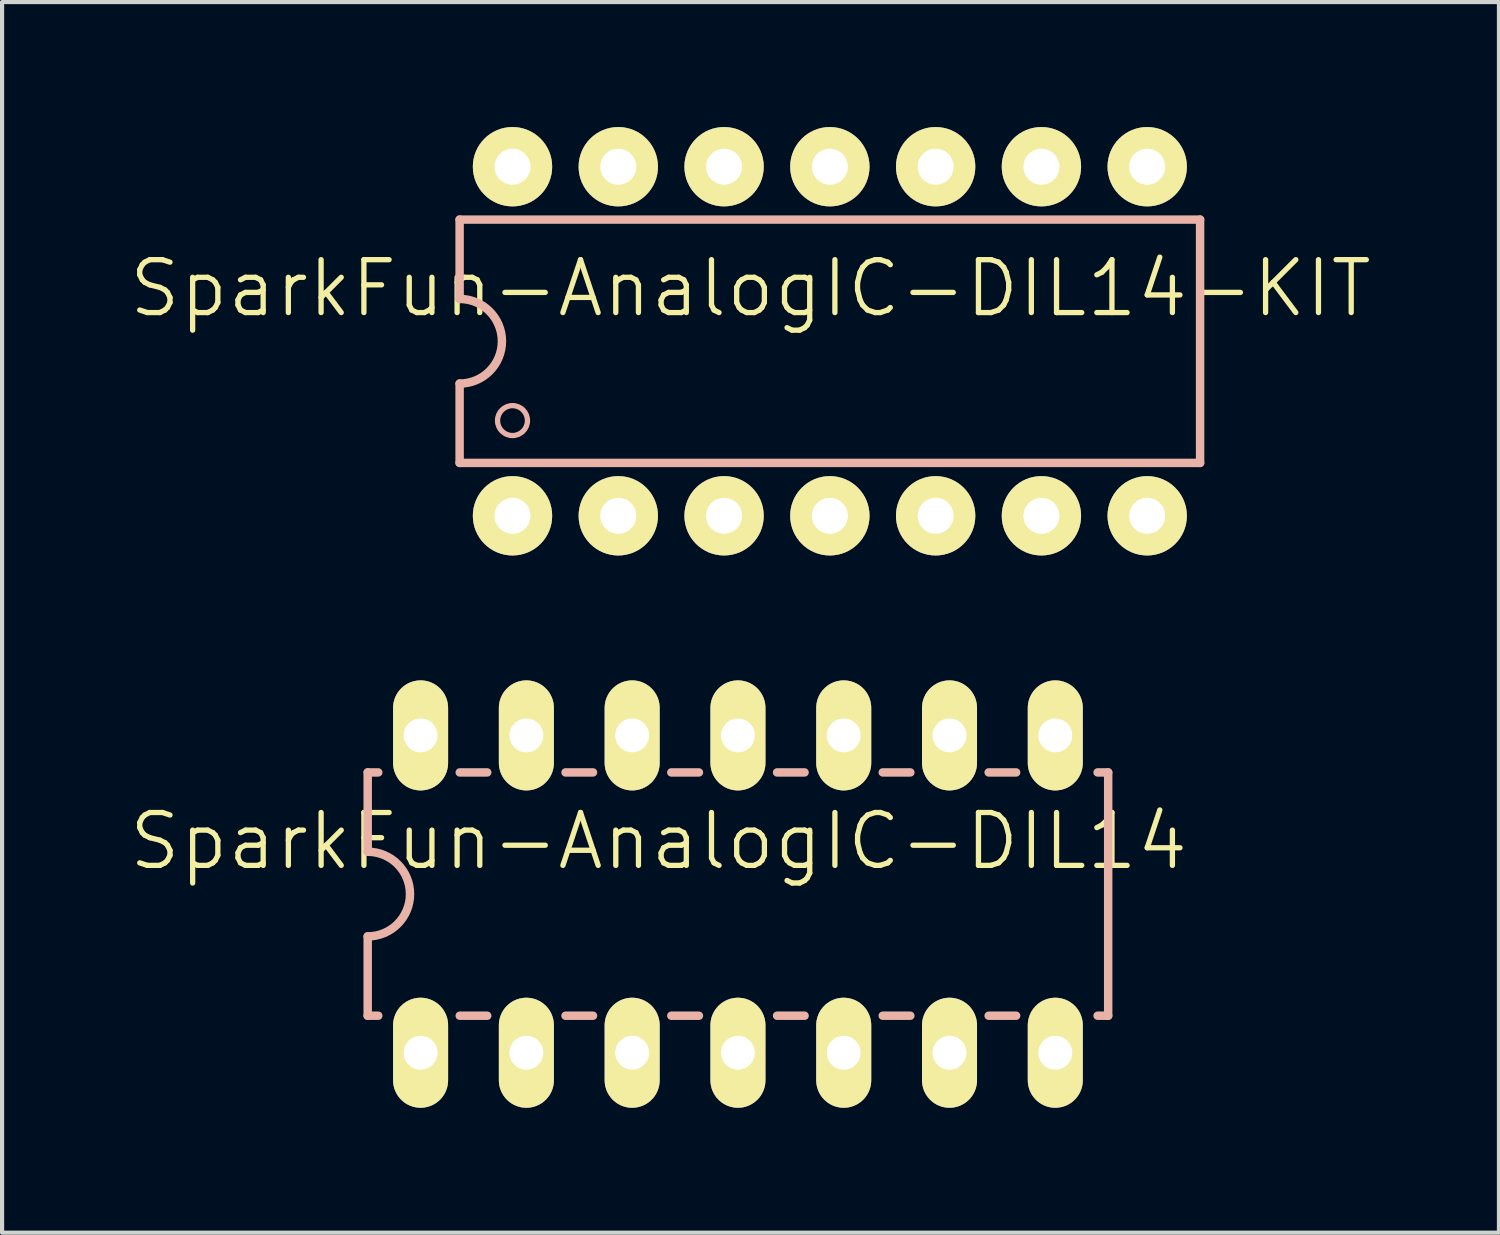
<source format=kicad_pcb>
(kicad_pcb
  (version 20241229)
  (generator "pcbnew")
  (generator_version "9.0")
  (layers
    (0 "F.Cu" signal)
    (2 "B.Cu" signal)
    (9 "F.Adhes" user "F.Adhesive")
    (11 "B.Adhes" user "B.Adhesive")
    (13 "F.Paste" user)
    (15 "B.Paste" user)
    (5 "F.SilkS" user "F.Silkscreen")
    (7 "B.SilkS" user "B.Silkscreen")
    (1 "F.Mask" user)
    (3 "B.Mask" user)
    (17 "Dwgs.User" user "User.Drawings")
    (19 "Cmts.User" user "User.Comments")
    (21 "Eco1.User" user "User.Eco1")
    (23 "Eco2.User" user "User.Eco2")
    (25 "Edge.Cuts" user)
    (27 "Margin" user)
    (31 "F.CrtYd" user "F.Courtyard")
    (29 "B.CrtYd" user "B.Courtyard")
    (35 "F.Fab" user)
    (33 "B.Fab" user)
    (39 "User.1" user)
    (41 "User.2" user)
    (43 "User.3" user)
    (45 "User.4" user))
  (footprint "SparkFun-AnalogIC-DIL14"
    (layer "F.Cu")
    (at 15.939 18.418)
    (property "Reference" "SparkFun-AnalogIC-DIL14" (at -3.175 -1.27 0) (layer "F.SilkS") (effects (font (size 1.27 1.27) (thickness 0.127))))
    (attr exclude_from_pos_files exclude_from_bom)
    (fp_line (start -10.16 -2.921) (end -10.16 -1.016) (stroke (width 0.203) (type solid)) (layer "B.SilkS"))
    (fp_line (start -10.16 -2.921) (end -9.906 -2.921) (stroke (width 0.203) (type solid)) (layer "B.SilkS"))
    (fp_line (start -10.16 2.921) (end -10.16 1.016) (stroke (width 0.203) (type solid)) (layer "B.SilkS"))
    (fp_line (start -10.16 2.921) (end -9.906 2.921) (stroke (width 0.203) (type solid)) (layer "B.SilkS"))
    (fp_line (start -7.95 -2.921) (end -7.29 -2.921) (stroke (width 0.203) (type solid)) (layer "B.SilkS"))
    (fp_line (start -7.95 2.921) (end -7.29 2.921) (stroke (width 0.203) (type solid)) (layer "B.SilkS"))
    (fp_line (start -5.41 -2.921) (end -4.75 -2.921) (stroke (width 0.203) (type solid)) (layer "B.SilkS"))
    (fp_line (start -5.41 2.921) (end -4.75 2.921) (stroke (width 0.203) (type solid)) (layer "B.SilkS"))
    (fp_line (start -2.87 -2.921) (end -2.207 -2.921) (stroke (width 0.203) (type solid)) (layer "B.SilkS"))
    (fp_line (start -2.87 2.921) (end -2.207 2.921) (stroke (width 0.203) (type solid)) (layer "B.SilkS"))
    (fp_line (start -0.33 -2.921) (end 0.33 -2.921) (stroke (width 0.203) (type solid)) (layer "B.SilkS"))
    (fp_line (start -0.33 2.921) (end 0.33 2.921) (stroke (width 0.203) (type solid)) (layer "B.SilkS"))
    (fp_line (start 2.207 -2.921) (end 2.87 -2.921) (stroke (width 0.203) (type solid)) (layer "B.SilkS"))
    (fp_line (start 2.207 2.921) (end 2.87 2.921) (stroke (width 0.203) (type solid)) (layer "B.SilkS"))
    (fp_line (start 4.75 -2.921) (end 5.41 -2.921) (stroke (width 0.203) (type solid)) (layer "B.SilkS"))
    (fp_line (start 4.75 2.921) (end 5.41 2.921) (stroke (width 0.203) (type solid)) (layer "B.SilkS"))
    (fp_line (start 7.62 -2.921) (end 7.366 -2.921) (stroke (width 0.203) (type solid)) (layer "B.SilkS"))
    (fp_line (start 7.62 -2.921) (end 7.62 2.921) (stroke (width 0.203) (type solid)) (layer "B.SilkS"))
    (fp_line (start 7.62 2.921) (end 7.366 2.921) (stroke (width 0.203) (type solid)) (layer "B.SilkS"))
    (fp_arc (start -10.16 -1.016) (mid -9.144 0) (end -10.16 1.016) (stroke (width 0.2032) (type solid)) (layer "B.SilkS"))
    (pad "1" thru_hole oval (at -8.89 3.81 180) (size 1.321 2.642) (drill 0.813) (layers "*.Cu" "F.Mask" "F.SilkS" "F.Paste"))
    (pad "2" thru_hole oval (at -6.35 3.81 180) (size 1.321 2.642) (drill 0.813) (layers "*.Cu" "F.Mask" "F.SilkS" "F.Paste"))
    (pad "3" thru_hole oval (at -3.81 3.81 180) (size 1.321 2.642) (drill 0.813) (layers "*.Cu" "F.Mask" "F.SilkS" "F.Paste"))
    (pad "4" thru_hole oval (at -1.27 3.81 180) (size 1.321 2.642) (drill 0.813) (layers "*.Cu" "F.Mask" "F.SilkS" "F.Paste"))
    (pad "5" thru_hole oval (at 1.27 3.81 180) (size 1.321 2.642) (drill 0.813) (layers "*.Cu" "F.Mask" "F.SilkS" "F.Paste"))
    (pad "6" thru_hole oval (at 3.81 3.81 180) (size 1.321 2.642) (drill 0.813) (layers "*.Cu" "F.Mask" "F.SilkS" "F.Paste"))
    (pad "7" thru_hole oval (at 6.35 3.81 180) (size 1.321 2.642) (drill 0.813) (layers "*.Cu" "F.Mask" "F.SilkS" "F.Paste"))
    (pad "8" thru_hole oval (at 6.35 -3.81 180) (size 1.321 2.642) (drill 0.813) (layers "*.Cu" "F.Mask" "F.SilkS" "F.Paste"))
    (pad "9" thru_hole oval (at 3.81 -3.81 180) (size 1.321 2.642) (drill 0.813) (layers "*.Cu" "F.Mask" "F.SilkS" "F.Paste"))
    (pad "10" thru_hole oval (at 1.27 -3.81 180) (size 1.321 2.642) (drill 0.813) (layers "*.Cu" "F.Mask" "F.SilkS" "F.Paste"))
    (pad "11" thru_hole oval (at -1.27 -3.81 180) (size 1.321 2.642) (drill 0.813) (layers "*.Cu" "F.Mask" "F.SilkS" "F.Paste"))
    (pad "12" thru_hole oval (at -3.81 -3.81 180) (size 1.321 2.642) (drill 0.813) (layers "*.Cu" "F.Mask" "F.SilkS" "F.Paste"))
    (pad "13" thru_hole oval (at -6.35 -3.81 180) (size 1.321 2.642) (drill 0.813) (layers "*.Cu" "F.Mask" "F.SilkS" "F.Paste"))
    (pad "14" thru_hole oval (at -8.89 -3.81 180) (size 1.321 2.642) (drill 0.813) (layers "*.Cu" "F.Mask" "F.SilkS" "F.Paste")))
  (footprint "SparkFun-AnalogIC-DIL14-KIT"
    (layer "F.Cu")
    (at 18.146 5.144)
    (property "Reference" "SparkFun-AnalogIC-DIL14-KIT" (at -3.175 -1.27 0) (layer "F.SilkS") (effects (font (size 1.27 1.27) (thickness 0.127))))
    (attr exclude_from_pos_files exclude_from_bom)
    (fp_circle (center -8.89 -4.191) (end -9.423 -4.724) (stroke (width 0) (type solid)) (fill yes) (layer "F.SilkS"))
    (fp_circle (center -8.89 -4.191) (end -9.106 -4.407) (stroke (width 0) (type solid)) (fill yes) (layer "F.SilkS"))
    (fp_circle (center -8.89 4.191) (end -9.423 4.724) (stroke (width 0) (type solid)) (fill yes) (layer "F.SilkS"))
    (fp_circle (center -8.89 4.191) (end -9.106 4.407) (stroke (width 0) (type solid)) (fill yes) (layer "F.SilkS"))
    (fp_circle (center -6.35 -4.191) (end -6.883 -4.724) (stroke (width 0) (type solid)) (fill yes) (layer "F.SilkS"))
    (fp_circle (center -6.35 -4.191) (end -6.566 -4.407) (stroke (width 0) (type solid)) (fill yes) (layer "F.SilkS"))
    (fp_circle (center -6.35 4.191) (end -6.883 4.724) (stroke (width 0) (type solid)) (fill yes) (layer "F.SilkS"))
    (fp_circle (center -6.35 4.191) (end -6.566 4.407) (stroke (width 0) (type solid)) (fill yes) (layer "F.SilkS"))
    (fp_circle (center -3.81 -4.191) (end -4.343 -4.724) (stroke (width 0) (type solid)) (fill yes) (layer "F.SilkS"))
    (fp_circle (center -3.81 -4.191) (end -4.026 -4.407) (stroke (width 0) (type solid)) (fill yes) (layer "F.SilkS"))
    (fp_circle (center -3.81 4.191) (end -4.343 4.724) (stroke (width 0) (type solid)) (fill yes) (layer "F.SilkS"))
    (fp_circle (center -3.81 4.191) (end -4.026 4.407) (stroke (width 0) (type solid)) (fill yes) (layer "F.SilkS"))
    (fp_circle (center -1.27 -4.191) (end -1.803 -4.724) (stroke (width 0) (type solid)) (fill yes) (layer "F.SilkS"))
    (fp_circle (center -1.27 -4.191) (end -1.486 -4.407) (stroke (width 0) (type solid)) (fill yes) (layer "F.SilkS"))
    (fp_circle (center -1.27 4.191) (end -1.803 4.724) (stroke (width 0) (type solid)) (fill yes) (layer "F.SilkS"))
    (fp_circle (center -1.27 4.191) (end -1.486 4.407) (stroke (width 0) (type solid)) (fill yes) (layer "F.SilkS"))
    (fp_circle (center 1.27 -4.191) (end 1.486 -4.407) (stroke (width 0) (type solid)) (fill yes) (layer "F.SilkS"))
    (fp_circle (center 1.27 -4.191) (end 1.803 -4.724) (stroke (width 0) (type solid)) (fill yes) (layer "F.SilkS"))
    (fp_circle (center 1.27 4.191) (end 1.486 4.407) (stroke (width 0) (type solid)) (fill yes) (layer "F.SilkS"))
    (fp_circle (center 1.27 4.191) (end 1.803 4.724) (stroke (width 0) (type solid)) (fill yes) (layer "F.SilkS"))
    (fp_circle (center 3.81 -4.191) (end 4.026 -4.407) (stroke (width 0) (type solid)) (fill yes) (layer "F.SilkS"))
    (fp_circle (center 3.81 -4.191) (end 4.343 -4.724) (stroke (width 0) (type solid)) (fill yes) (layer "F.SilkS"))
    (fp_circle (center 3.81 4.191) (end 4.026 4.407) (stroke (width 0) (type solid)) (fill yes) (layer "F.SilkS"))
    (fp_circle (center 3.81 4.191) (end 4.343 4.724) (stroke (width 0) (type solid)) (fill yes) (layer "F.SilkS"))
    (fp_circle (center 6.35 -4.191) (end 6.566 -4.407) (stroke (width 0) (type solid)) (fill yes) (layer "F.SilkS"))
    (fp_circle (center 6.35 -4.191) (end 6.883 -4.724) (stroke (width 0) (type solid)) (fill yes) (layer "F.SilkS"))
    (fp_circle (center 6.35 4.191) (end 6.566 4.407) (stroke (width 0) (type solid)) (fill yes) (layer "F.SilkS"))
    (fp_circle (center 6.35 4.191) (end 6.883 4.724) (stroke (width 0) (type solid)) (fill yes) (layer "F.SilkS"))
    (fp_line (start -10.16 -2.921) (end -10.16 -1.016) (stroke (width 0.203) (type solid)) (layer "B.SilkS"))
    (fp_line (start -10.16 -2.921) (end 7.62 -2.921) (stroke (width 0.203) (type solid)) (layer "B.SilkS"))
    (fp_line (start -10.16 2.921) (end -10.16 1.016) (stroke (width 0.203) (type solid)) (layer "B.SilkS"))
    (fp_line (start -10.16 2.921) (end 7.62 2.921) (stroke (width 0.203) (type solid)) (layer "B.SilkS"))
    (fp_line (start 7.62 -2.921) (end 7.62 2.921) (stroke (width 0.203) (type solid)) (layer "B.SilkS"))
    (fp_arc (start -10.16 -1.016) (mid -9.144 0) (end -10.16 1.016) (stroke (width 0.2032) (type solid)) (layer "B.SilkS"))
    (fp_circle (center -8.89 1.905) (end -9.144 2.159) (stroke (width 0.127) (type solid)) (fill no) (layer "B.SilkS"))
    (pad "1" thru_hole circle (at -8.89 4.191) (size 1.905 1.905) (drill 0.864) (layers "*.Cu" "F.Mask" "F.SilkS" "F.Paste"))
    (pad "2" thru_hole circle (at -6.35 4.191) (size 1.905 1.905) (drill 0.864) (layers "*.Cu" "F.Mask" "F.SilkS" "F.Paste"))
    (pad "3" thru_hole circle (at -3.81 4.191) (size 1.905 1.905) (drill 0.864) (layers "*.Cu" "F.Mask" "F.SilkS" "F.Paste"))
    (pad "4" thru_hole circle (at -1.27 4.191) (size 1.905 1.905) (drill 0.864) (layers "*.Cu" "F.Mask" "F.SilkS" "F.Paste"))
    (pad "5" thru_hole circle (at 1.27 4.191) (size 1.905 1.905) (drill 0.864) (layers "*.Cu" "F.Mask" "F.SilkS" "F.Paste"))
    (pad "6" thru_hole circle (at 3.81 4.191) (size 1.905 1.905) (drill 0.864) (layers "*.Cu" "F.Mask" "F.SilkS" "F.Paste"))
    (pad "7" thru_hole circle (at 6.35 4.191) (size 1.905 1.905) (drill 0.864) (layers "*.Cu" "F.Mask" "F.SilkS" "F.Paste"))
    (pad "8" thru_hole circle (at 6.35 -4.191) (size 1.905 1.905) (drill 0.864) (layers "*.Cu" "F.Mask" "F.SilkS" "F.Paste"))
    (pad "9" thru_hole circle (at 3.81 -4.191) (size 1.905 1.905) (drill 0.864) (layers "*.Cu" "F.Mask" "F.SilkS" "F.Paste"))
    (pad "10" thru_hole circle (at 1.27 -4.191) (size 1.905 1.905) (drill 0.864) (layers "*.Cu" "F.Mask" "F.SilkS" "F.Paste"))
    (pad "11" thru_hole circle (at -1.27 -4.191) (size 1.905 1.905) (drill 0.864) (layers "*.Cu" "F.Mask" "F.SilkS" "F.Paste"))
    (pad "12" thru_hole circle (at -3.81 -4.191) (size 1.905 1.905) (drill 0.864) (layers "*.Cu" "F.Mask" "F.SilkS" "F.Paste"))
    (pad "13" thru_hole circle (at -6.35 -4.191) (size 1.905 1.905) (drill 0.864) (layers "*.Cu" "F.Mask" "F.SilkS" "F.Paste"))
    (pad "14" thru_hole circle (at -8.89 -4.191) (size 1.905 1.905) (drill 0.864) (layers "*.Cu" "F.Mask" "F.SilkS" "F.Paste")))
  (gr_rect
    (start -3 -3)
    (end 32.942 26.549)
    (stroke (width 0.1) (type default))
    (fill no)
    (layer "Edge.Cuts")))
</source>
